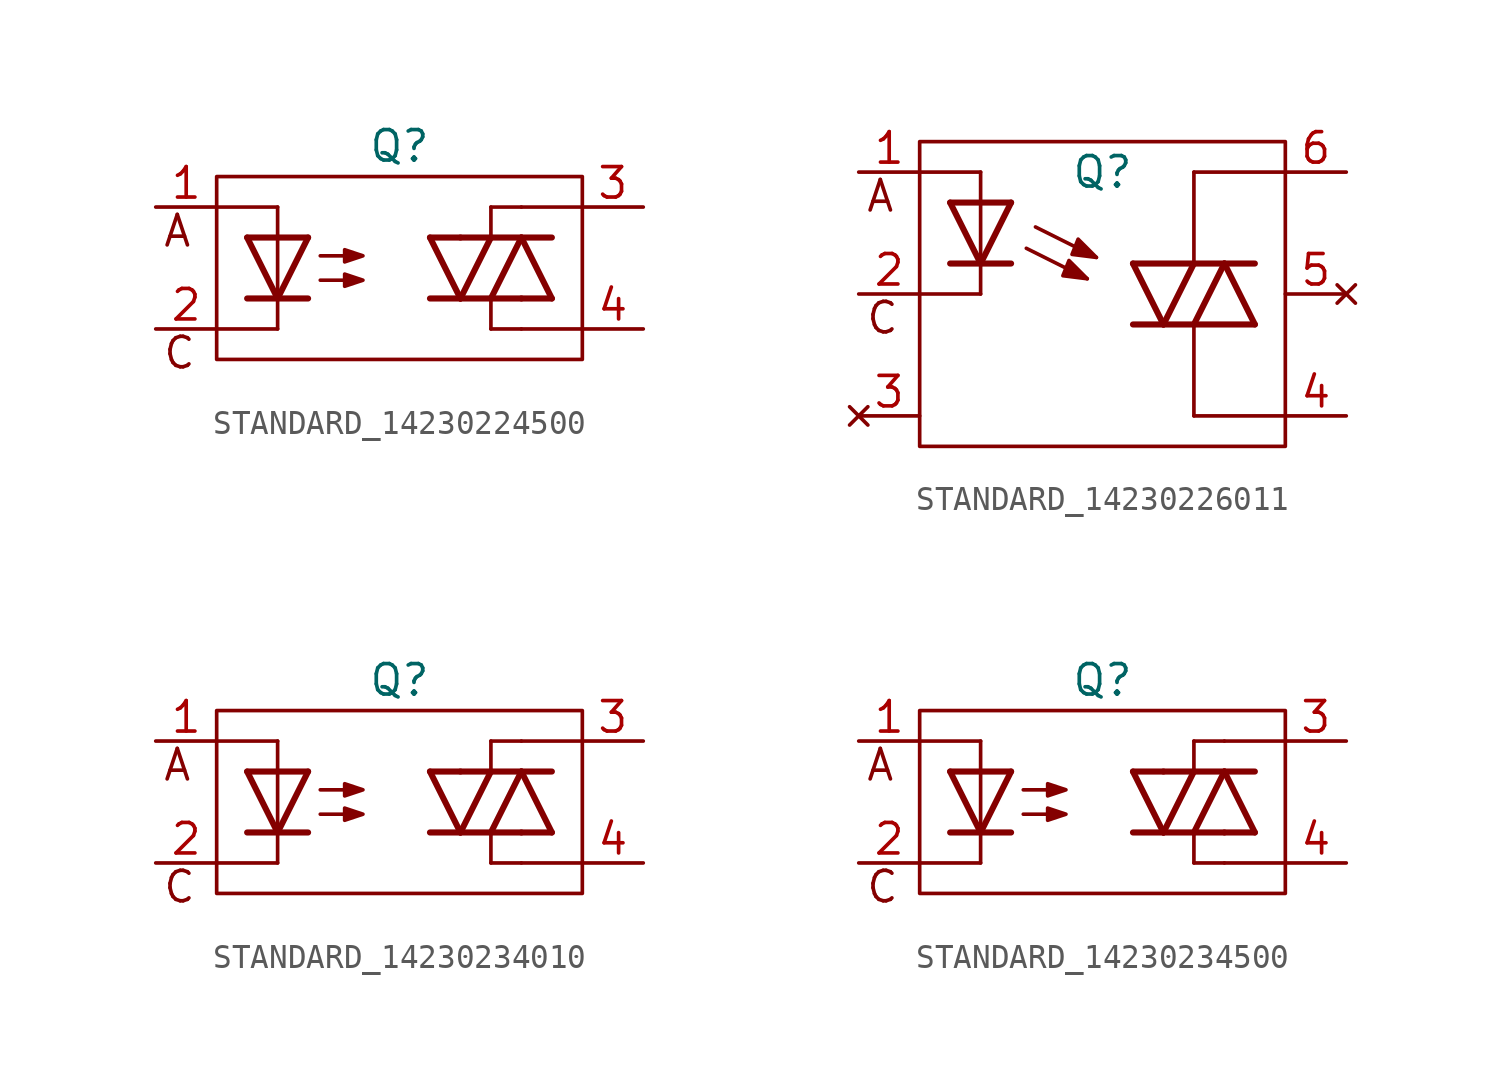
<source format=kicad_sym>
(kicad_symbol_lib
  (version 20220914)
  (generator kicad_symbol_editor)
  (symbol "STANDARD_14230224500"
    (pin_names hide)
    (property "Reference" "Q"
      (at 0 5.08 0)
      (effects (font (size 1.27 1.27))))
    (symbol "STANDARD_14230224500_0_0"
      (rectangle (start -7.62 3.81) (end 7.62 -3.81) (stroke (width 0) (type default)) (fill (type none)))
      (polyline (pts (xy -5.08 -2.54) (xy -7.62 -2.54)) (stroke (width 0.152) (type default)) (fill (type none)))
      (polyline (pts (xy -5.08 -1.27) (xy -6.35 -1.27)) (stroke (width 0.254) (type default)) (fill (type none)))
      (polyline (pts (xy -5.08 -1.27) (xy -6.35 1.27)) (stroke (width 0.254) (type default)) (fill (type none)))
      (polyline (pts (xy -5.08 -1.27) (xy -5.08 -2.54)) (stroke (width 0.152) (type default)) (fill (type none)))
      (polyline (pts (xy -5.08 1.27) (xy -6.35 1.27)) (stroke (width 0.254) (type default)) (fill (type none)))
      (polyline (pts (xy -5.08 1.27) (xy -5.08 -1.27)) (stroke (width 0.152) (type default)) (fill (type none)))
      (polyline (pts (xy -5.08 1.27) (xy -5.08 2.54)) (stroke (width 0.152) (type default)) (fill (type none)))
      (polyline (pts (xy -5.08 2.54) (xy -7.62 2.54)) (stroke (width 0.152) (type default)) (fill (type none)))
      (polyline (pts (xy -3.81 -1.27) (xy -5.08 -1.27)) (stroke (width 0.254) (type default)) (fill (type none)))
      (polyline (pts (xy -3.81 1.27) (xy -5.08 -1.27)) (stroke (width 0.254) (type default)) (fill (type none)))
      (polyline (pts (xy -3.81 1.27) (xy -5.08 1.27)) (stroke (width 0.254) (type default)) (fill (type none)))
      (polyline (pts (xy -3.302 -0.508) (xy -2.032 -0.508)) (stroke (width 0.152) (type default)) (fill (type none)))
      (polyline (pts (xy -3.302 0.508) (xy -2.032 0.508)) (stroke (width 0.152) (type default)) (fill (type none)))
      (polyline (pts (xy 2.54 -1.27) (xy 1.27 -1.27)) (stroke (width 0.254) (type default)) (fill (type none)))
      (polyline (pts (xy 2.54 -1.27) (xy 1.27 1.27)) (stroke (width 0.254) (type default)) (fill (type none)))
      (polyline (pts (xy 2.54 1.27) (xy 1.27 1.27)) (stroke (width 0.254) (type default)) (fill (type none)))
      (polyline (pts (xy 3.81 -2.54) (xy 5.08 -2.54)) (stroke (width 0.152) (type default)) (fill (type none)))
      (polyline (pts (xy 3.81 -1.27) (xy 2.54 -1.27)) (stroke (width 0.254) (type default)) (fill (type none)))
      (polyline (pts (xy 3.81 -1.27) (xy 3.81 -2.54)) (stroke (width 0.152) (type default)) (fill (type none)))
      (polyline (pts (xy 3.81 -1.27) (xy 5.08 -1.27)) (stroke (width 0.254) (type default)) (fill (type none)))
      (polyline (pts (xy 3.81 -1.27) (xy 5.08 1.27)) (stroke (width 0.254) (type default)) (fill (type none)))
      (polyline (pts (xy 3.81 1.27) (xy 2.54 -1.27)) (stroke (width 0.254) (type default)) (fill (type none)))
      (polyline (pts (xy 3.81 1.27) (xy 2.54 1.27)) (stroke (width 0.254) (type default)) (fill (type none)))
      (polyline (pts (xy 3.81 1.27) (xy 3.81 2.54)) (stroke (width 0.152) (type default)) (fill (type none)))
      (polyline (pts (xy 3.81 1.27) (xy 5.08 1.27)) (stroke (width 0.254) (type default)) (fill (type none)))
      (polyline (pts (xy 5.08 -1.27) (xy 6.35 -1.27)) (stroke (width 0.254) (type default)) (fill (type none)))
      (polyline (pts (xy 5.08 1.27) (xy 6.35 -1.27)) (stroke (width 0.254) (type default)) (fill (type none)))
      (polyline (pts (xy 5.08 1.27) (xy 6.35 1.27)) (stroke (width 0.254) (type default)) (fill (type none)))
      (polyline (pts (xy 5.08 2.54) (xy 3.81 2.54)) (stroke (width 0.152) (type default)) (fill (type none)))
      (polyline (pts (xy 7.62 -2.54) (xy 5.08 -2.54)) (stroke (width 0.152) (type default)) (fill (type none)))
      (polyline (pts (xy 7.62 2.54) (xy 5.08 2.54)) (stroke (width 0.152) (type default)) (fill (type none)))
      (polyline (pts (xy -2.286 -0.254) (xy -1.524 -0.508) (xy -2.286 -0.762) (xy -2.286 -0.254)) (stroke (width 0.152) (type default)) (fill (type outline)))
      (polyline (pts (xy -2.286 0.762) (xy -1.524 0.508) (xy -2.286 0.254) (xy -2.286 0.762)) (stroke (width 0.152) (type default)) (fill (type outline)))
      (text "A" (at -9.906 2.286 0) (effects (font (size 1.27 1.27)) (justify left top)))
      (text "C" (at -9.906 -2.794 0) (effects (font (size 1.27 1.27)) (justify left top))))
    (symbol "STANDARD_14230224500_1_0"
      (pin passive line (at -10.16 2.54 0) (length 2.54) (name "Anode" (effects (font (size 1.27 1.27)))) (number "1" (effects (font (size 1.27 1.27)))))
      (pin passive line (at -10.16 -2.54 0) (length 2.54) (name "Cathode" (effects (font (size 1.27 1.27)))) (number "2" (effects (font (size 1.27 1.27)))))
      (pin passive line (at 10.16 2.54 180) (length 2.54) (name "Teminal" (effects (font (size 1.27 1.27)))) (number "3" (effects (font (size 1.27 1.27)))))
      (pin passive line (at 10.16 -2.54 180) (length 2.54) (name "Teminal" (effects (font (size 1.27 1.27)))) (number "4" (effects (font (size 1.27 1.27)))))))
  (symbol "STANDARD_14230226011"
    (pin_names hide)
    (property "Reference" "Q"
      (at 0 5.08 0)
      (effects (font (size 1.27 1.27))))
    (symbol "STANDARD_14230226011_0_0"
      (rectangle (start -7.62 6.35) (end 7.62 -6.35) (stroke (width 0) (type default)) (fill (type none)))
      (polyline (pts (xy -5.08 0) (xy -7.62 0)) (stroke (width 0.152) (type default)) (fill (type none)))
      (polyline (pts (xy -5.08 1.27) (xy -6.35 1.27)) (stroke (width 0.254) (type default)) (fill (type none)))
      (polyline (pts (xy -5.08 1.27) (xy -6.35 3.81)) (stroke (width 0.254) (type default)) (fill (type none)))
      (polyline (pts (xy -5.08 1.27) (xy -5.08 0)) (stroke (width 0.152) (type default)) (fill (type none)))
      (polyline (pts (xy -5.08 3.81) (xy -6.35 3.81)) (stroke (width 0.254) (type default)) (fill (type none)))
      (polyline (pts (xy -5.08 3.81) (xy -5.08 1.27)) (stroke (width 0.152) (type default)) (fill (type none)))
      (polyline (pts (xy -5.08 3.81) (xy -5.08 5.08)) (stroke (width 0.152) (type default)) (fill (type none)))
      (polyline (pts (xy -5.08 5.08) (xy -7.62 5.08)) (stroke (width 0.152) (type default)) (fill (type none)))
      (polyline (pts (xy -3.81 1.27) (xy -5.08 1.27)) (stroke (width 0.254) (type default)) (fill (type none)))
      (polyline (pts (xy -3.81 3.81) (xy -5.08 1.27)) (stroke (width 0.254) (type default)) (fill (type none)))
      (polyline (pts (xy -3.81 3.81) (xy -5.08 3.81)) (stroke (width 0.254) (type default)) (fill (type none)))
      (polyline (pts (xy -3.175 1.905) (xy -0.635 0.635)) (stroke (width 0.152) (type default)) (fill (type none)))
      (polyline (pts (xy -2.794 2.794) (xy -0.254 1.524)) (stroke (width 0.152) (type default)) (fill (type none)))
      (polyline (pts (xy 2.54 -1.27) (xy 1.27 -1.27)) (stroke (width 0.254) (type default)) (fill (type none)))
      (polyline (pts (xy 2.54 -1.27) (xy 1.27 1.27)) (stroke (width 0.254) (type default)) (fill (type none)))
      (polyline (pts (xy 3.81 -1.27) (xy 2.54 -1.27)) (stroke (width 0.254) (type default)) (fill (type none)))
      (polyline (pts (xy 3.81 -1.27) (xy 3.81 -5.08)) (stroke (width 0.152) (type default)) (fill (type none)))
      (polyline (pts (xy 3.81 -1.27) (xy 5.08 1.27)) (stroke (width 0.254) (type default)) (fill (type none)))
      (polyline (pts (xy 3.81 -1.27) (xy 6.35 -1.27)) (stroke (width 0.254) (type default)) (fill (type none)))
      (polyline (pts (xy 3.81 1.27) (xy 1.27 1.27)) (stroke (width 0.254) (type default)) (fill (type none)))
      (polyline (pts (xy 3.81 1.27) (xy 2.54 -1.27)) (stroke (width 0.254) (type default)) (fill (type none)))
      (polyline (pts (xy 3.81 1.27) (xy 3.81 5.08)) (stroke (width 0.152) (type default)) (fill (type none)))
      (polyline (pts (xy 3.81 1.27) (xy 5.08 1.27)) (stroke (width 0.254) (type default)) (fill (type none)))
      (polyline (pts (xy 5.08 1.27) (xy 6.35 -1.27)) (stroke (width 0.254) (type default)) (fill (type none)))
      (polyline (pts (xy 5.08 1.27) (xy 6.35 1.27)) (stroke (width 0.254) (type default)) (fill (type none)))
      (polyline (pts (xy 7.62 -5.08) (xy 3.81 -5.08)) (stroke (width 0.152) (type default)) (fill (type none)))
      (polyline (pts (xy 7.62 5.08) (xy 3.81 5.08)) (stroke (width 0.152) (type default)) (fill (type none)))
      (polyline (pts (xy -1.397 1.397) (xy -0.635 0.635) (xy -1.651 0.762) (xy -1.397 1.397)) (stroke (width 0.152) (type default)) (fill (type outline)))
      (polyline (pts (xy -1.016 2.286) (xy -0.254 1.524) (xy -1.27 1.651) (xy -1.016 2.286)) (stroke (width 0.152) (type default)) (fill (type outline)))
      (text "A" (at -9.906 4.826 0) (effects (font (size 1.27 1.27)) (justify left top)))
      (text "C" (at -9.906 -0.254 0) (effects (font (size 1.27 1.27)) (justify left top))))
    (symbol "STANDARD_14230226011_1_0"
      (pin passive line (at -10.16 5.08 0) (length 2.54) (name "Anode" (effects (font (size 1.27 1.27)))) (number "1" (effects (font (size 1.27 1.27)))))
      (pin passive line (at -10.16 0 0) (length 2.54) (name "Cathode" (effects (font (size 1.27 1.27)))) (number "2" (effects (font (size 1.27 1.27)))))
      (pin no_connect line (at -10.16 -5.08 0) (length 2.54) (name "NC" (effects (font (size 1.27 1.27)))) (number "3" (effects (font (size 1.27 1.27)))))
      (pin passive line (at 10.16 -5.08 180) (length 2.54) (name "Teminal" (effects (font (size 1.27 1.27)))) (number "4" (effects (font (size 1.27 1.27)))))
      (pin no_connect line (at 10.16 0 180) (length 2.54) (name "NC" (effects (font (size 1.27 1.27)))) (number "5" (effects (font (size 1.27 1.27)))))
      (pin passive line (at 10.16 5.08 180) (length 2.54) (name "Teminal" (effects (font (size 1.27 1.27)))) (number "6" (effects (font (size 1.27 1.27)))))))
  (symbol "STANDARD_14230234010"
    (pin_names hide)
    (property "Reference" "Q"
      (at 0 5.08 0)
      (effects (font (size 1.27 1.27))))
    (symbol "STANDARD_14230234010_0_0"
      (rectangle (start -7.62 3.81) (end 7.62 -3.81) (stroke (width 0) (type default)) (fill (type none)))
      (polyline (pts (xy -5.08 -2.54) (xy -7.62 -2.54)) (stroke (width 0.152) (type default)) (fill (type none)))
      (polyline (pts (xy -5.08 -1.27) (xy -6.35 -1.27)) (stroke (width 0.254) (type default)) (fill (type none)))
      (polyline (pts (xy -5.08 -1.27) (xy -6.35 1.27)) (stroke (width 0.254) (type default)) (fill (type none)))
      (polyline (pts (xy -5.08 -1.27) (xy -5.08 -2.54)) (stroke (width 0.152) (type default)) (fill (type none)))
      (polyline (pts (xy -5.08 1.27) (xy -6.35 1.27)) (stroke (width 0.254) (type default)) (fill (type none)))
      (polyline (pts (xy -5.08 1.27) (xy -5.08 -1.27)) (stroke (width 0.152) (type default)) (fill (type none)))
      (polyline (pts (xy -5.08 1.27) (xy -5.08 2.54)) (stroke (width 0.152) (type default)) (fill (type none)))
      (polyline (pts (xy -5.08 2.54) (xy -7.62 2.54)) (stroke (width 0.152) (type default)) (fill (type none)))
      (polyline (pts (xy -3.81 -1.27) (xy -5.08 -1.27)) (stroke (width 0.254) (type default)) (fill (type none)))
      (polyline (pts (xy -3.81 1.27) (xy -5.08 -1.27)) (stroke (width 0.254) (type default)) (fill (type none)))
      (polyline (pts (xy -3.81 1.27) (xy -5.08 1.27)) (stroke (width 0.254) (type default)) (fill (type none)))
      (polyline (pts (xy -3.302 -0.508) (xy -2.032 -0.508)) (stroke (width 0.152) (type default)) (fill (type none)))
      (polyline (pts (xy -3.302 0.508) (xy -2.032 0.508)) (stroke (width 0.152) (type default)) (fill (type none)))
      (polyline (pts (xy 2.54 -1.27) (xy 1.27 -1.27)) (stroke (width 0.254) (type default)) (fill (type none)))
      (polyline (pts (xy 2.54 -1.27) (xy 1.27 1.27)) (stroke (width 0.254) (type default)) (fill (type none)))
      (polyline (pts (xy 2.54 1.27) (xy 1.27 1.27)) (stroke (width 0.254) (type default)) (fill (type none)))
      (polyline (pts (xy 3.81 -2.54) (xy 5.08 -2.54)) (stroke (width 0.152) (type default)) (fill (type none)))
      (polyline (pts (xy 3.81 -1.27) (xy 2.54 -1.27)) (stroke (width 0.254) (type default)) (fill (type none)))
      (polyline (pts (xy 3.81 -1.27) (xy 3.81 -2.54)) (stroke (width 0.152) (type default)) (fill (type none)))
      (polyline (pts (xy 3.81 -1.27) (xy 5.08 -1.27)) (stroke (width 0.254) (type default)) (fill (type none)))
      (polyline (pts (xy 3.81 -1.27) (xy 5.08 1.27)) (stroke (width 0.254) (type default)) (fill (type none)))
      (polyline (pts (xy 3.81 1.27) (xy 2.54 -1.27)) (stroke (width 0.254) (type default)) (fill (type none)))
      (polyline (pts (xy 3.81 1.27) (xy 2.54 1.27)) (stroke (width 0.254) (type default)) (fill (type none)))
      (polyline (pts (xy 3.81 1.27) (xy 3.81 2.54)) (stroke (width 0.152) (type default)) (fill (type none)))
      (polyline (pts (xy 3.81 1.27) (xy 5.08 1.27)) (stroke (width 0.254) (type default)) (fill (type none)))
      (polyline (pts (xy 5.08 -1.27) (xy 6.35 -1.27)) (stroke (width 0.254) (type default)) (fill (type none)))
      (polyline (pts (xy 5.08 1.27) (xy 6.35 -1.27)) (stroke (width 0.254) (type default)) (fill (type none)))
      (polyline (pts (xy 5.08 1.27) (xy 6.35 1.27)) (stroke (width 0.254) (type default)) (fill (type none)))
      (polyline (pts (xy 5.08 2.54) (xy 3.81 2.54)) (stroke (width 0.152) (type default)) (fill (type none)))
      (polyline (pts (xy 7.62 -2.54) (xy 5.08 -2.54)) (stroke (width 0.152) (type default)) (fill (type none)))
      (polyline (pts (xy 7.62 2.54) (xy 5.08 2.54)) (stroke (width 0.152) (type default)) (fill (type none)))
      (polyline (pts (xy -2.286 -0.254) (xy -1.524 -0.508) (xy -2.286 -0.762) (xy -2.286 -0.254)) (stroke (width 0.152) (type default)) (fill (type outline)))
      (polyline (pts (xy -2.286 0.762) (xy -1.524 0.508) (xy -2.286 0.254) (xy -2.286 0.762)) (stroke (width 0.152) (type default)) (fill (type outline)))
      (text "A" (at -9.906 2.286 0) (effects (font (size 1.27 1.27)) (justify left top)))
      (text "C" (at -9.906 -2.794 0) (effects (font (size 1.27 1.27)) (justify left top))))
    (symbol "STANDARD_14230234010_1_0"
      (pin passive line (at -10.16 2.54 0) (length 2.54) (name "Anode" (effects (font (size 1.27 1.27)))) (number "1" (effects (font (size 1.27 1.27)))))
      (pin passive line (at -10.16 -2.54 0) (length 2.54) (name "Cathode" (effects (font (size 1.27 1.27)))) (number "2" (effects (font (size 1.27 1.27)))))
      (pin passive line (at 10.16 2.54 180) (length 2.54) (name "Teminal" (effects (font (size 1.27 1.27)))) (number "3" (effects (font (size 1.27 1.27)))))
      (pin passive line (at 10.16 -2.54 180) (length 2.54) (name "Teminal" (effects (font (size 1.27 1.27)))) (number "4" (effects (font (size 1.27 1.27)))))))
  (symbol "STANDARD_14230234500"
    (pin_names hide)
    (property "Reference" "Q"
      (at 0 5.08 0)
      (effects (font (size 1.27 1.27))))
    (symbol "STANDARD_14230234500_0_0"
      (rectangle (start -7.62 3.81) (end 7.62 -3.81) (stroke (width 0) (type default)) (fill (type none)))
      (polyline (pts (xy -5.08 -2.54) (xy -7.62 -2.54)) (stroke (width 0.152) (type default)) (fill (type none)))
      (polyline (pts (xy -5.08 -1.27) (xy -6.35 -1.27)) (stroke (width 0.254) (type default)) (fill (type none)))
      (polyline (pts (xy -5.08 -1.27) (xy -6.35 1.27)) (stroke (width 0.254) (type default)) (fill (type none)))
      (polyline (pts (xy -5.08 -1.27) (xy -5.08 -2.54)) (stroke (width 0.152) (type default)) (fill (type none)))
      (polyline (pts (xy -5.08 1.27) (xy -6.35 1.27)) (stroke (width 0.254) (type default)) (fill (type none)))
      (polyline (pts (xy -5.08 1.27) (xy -5.08 -1.27)) (stroke (width 0.152) (type default)) (fill (type none)))
      (polyline (pts (xy -5.08 1.27) (xy -5.08 2.54)) (stroke (width 0.152) (type default)) (fill (type none)))
      (polyline (pts (xy -5.08 2.54) (xy -7.62 2.54)) (stroke (width 0.152) (type default)) (fill (type none)))
      (polyline (pts (xy -3.81 -1.27) (xy -5.08 -1.27)) (stroke (width 0.254) (type default)) (fill (type none)))
      (polyline (pts (xy -3.81 1.27) (xy -5.08 -1.27)) (stroke (width 0.254) (type default)) (fill (type none)))
      (polyline (pts (xy -3.81 1.27) (xy -5.08 1.27)) (stroke (width 0.254) (type default)) (fill (type none)))
      (polyline (pts (xy -3.302 -0.508) (xy -2.032 -0.508)) (stroke (width 0.152) (type default)) (fill (type none)))
      (polyline (pts (xy -3.302 0.508) (xy -2.032 0.508)) (stroke (width 0.152) (type default)) (fill (type none)))
      (polyline (pts (xy 2.54 -1.27) (xy 1.27 -1.27)) (stroke (width 0.254) (type default)) (fill (type none)))
      (polyline (pts (xy 2.54 -1.27) (xy 1.27 1.27)) (stroke (width 0.254) (type default)) (fill (type none)))
      (polyline (pts (xy 2.54 1.27) (xy 1.27 1.27)) (stroke (width 0.254) (type default)) (fill (type none)))
      (polyline (pts (xy 3.81 -2.54) (xy 5.08 -2.54)) (stroke (width 0.152) (type default)) (fill (type none)))
      (polyline (pts (xy 3.81 -1.27) (xy 2.54 -1.27)) (stroke (width 0.254) (type default)) (fill (type none)))
      (polyline (pts (xy 3.81 -1.27) (xy 3.81 -2.54)) (stroke (width 0.152) (type default)) (fill (type none)))
      (polyline (pts (xy 3.81 -1.27) (xy 5.08 -1.27)) (stroke (width 0.254) (type default)) (fill (type none)))
      (polyline (pts (xy 3.81 -1.27) (xy 5.08 1.27)) (stroke (width 0.254) (type default)) (fill (type none)))
      (polyline (pts (xy 3.81 1.27) (xy 2.54 -1.27)) (stroke (width 0.254) (type default)) (fill (type none)))
      (polyline (pts (xy 3.81 1.27) (xy 2.54 1.27)) (stroke (width 0.254) (type default)) (fill (type none)))
      (polyline (pts (xy 3.81 1.27) (xy 3.81 2.54)) (stroke (width 0.152) (type default)) (fill (type none)))
      (polyline (pts (xy 3.81 1.27) (xy 5.08 1.27)) (stroke (width 0.254) (type default)) (fill (type none)))
      (polyline (pts (xy 5.08 -1.27) (xy 6.35 -1.27)) (stroke (width 0.254) (type default)) (fill (type none)))
      (polyline (pts (xy 5.08 1.27) (xy 6.35 -1.27)) (stroke (width 0.254) (type default)) (fill (type none)))
      (polyline (pts (xy 5.08 1.27) (xy 6.35 1.27)) (stroke (width 0.254) (type default)) (fill (type none)))
      (polyline (pts (xy 5.08 2.54) (xy 3.81 2.54)) (stroke (width 0.152) (type default)) (fill (type none)))
      (polyline (pts (xy 7.62 -2.54) (xy 5.08 -2.54)) (stroke (width 0.152) (type default)) (fill (type none)))
      (polyline (pts (xy 7.62 2.54) (xy 5.08 2.54)) (stroke (width 0.152) (type default)) (fill (type none)))
      (polyline (pts (xy -2.286 -0.254) (xy -1.524 -0.508) (xy -2.286 -0.762) (xy -2.286 -0.254)) (stroke (width 0.152) (type default)) (fill (type outline)))
      (polyline (pts (xy -2.286 0.762) (xy -1.524 0.508) (xy -2.286 0.254) (xy -2.286 0.762)) (stroke (width 0.152) (type default)) (fill (type outline)))
      (text "A" (at -9.906 2.286 0) (effects (font (size 1.27 1.27)) (justify left top)))
      (text "C" (at -9.906 -2.794 0) (effects (font (size 1.27 1.27)) (justify left top))))
    (symbol "STANDARD_14230234500_1_0"
      (pin passive line (at -10.16 2.54 0) (length 2.54) (name "Anode" (effects (font (size 1.27 1.27)))) (number "1" (effects (font (size 1.27 1.27)))))
      (pin passive line (at -10.16 -2.54 0) (length 2.54) (name "Cathode" (effects (font (size 1.27 1.27)))) (number "2" (effects (font (size 1.27 1.27)))))
      (pin passive line (at 10.16 2.54 180) (length 2.54) (name "Teminal" (effects (font (size 1.27 1.27)))) (number "3" (effects (font (size 1.27 1.27)))))
      (pin passive line (at 10.16 -2.54 180) (length 2.54) (name "Teminal" (effects (font (size 1.27 1.27)))) (number "4" (effects (font (size 1.27 1.27))))))))
</source>
